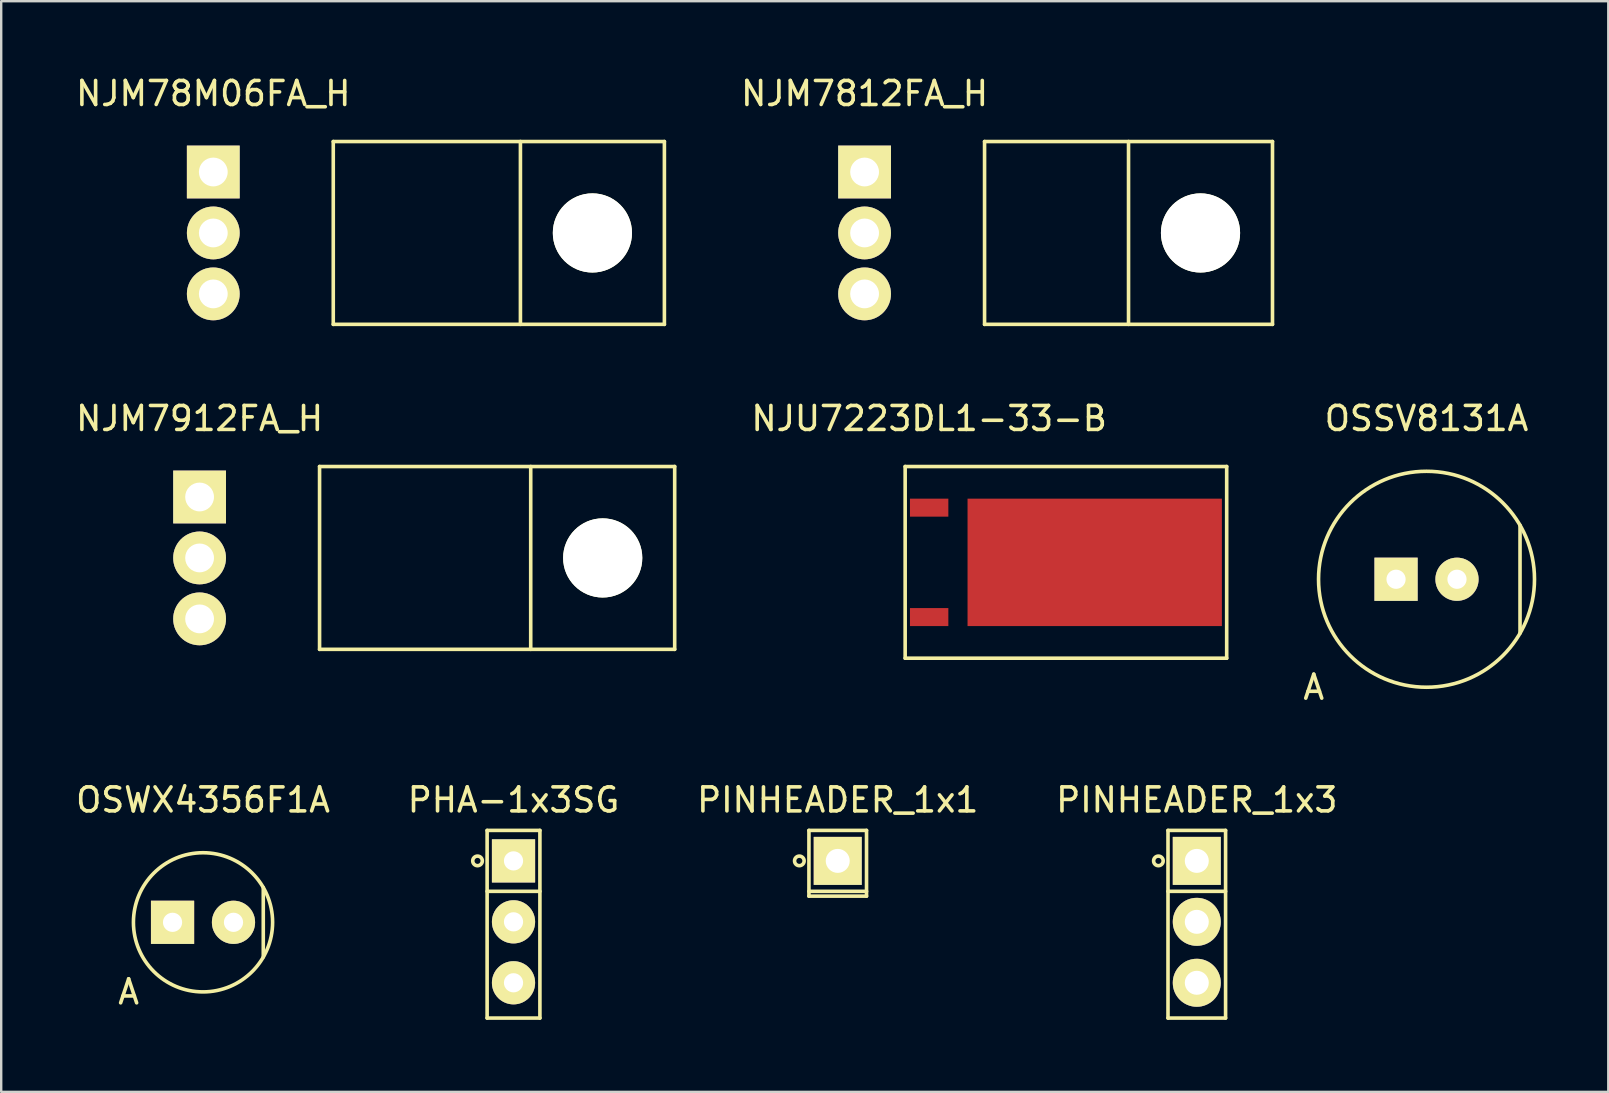
<source format=kicad_pcb>
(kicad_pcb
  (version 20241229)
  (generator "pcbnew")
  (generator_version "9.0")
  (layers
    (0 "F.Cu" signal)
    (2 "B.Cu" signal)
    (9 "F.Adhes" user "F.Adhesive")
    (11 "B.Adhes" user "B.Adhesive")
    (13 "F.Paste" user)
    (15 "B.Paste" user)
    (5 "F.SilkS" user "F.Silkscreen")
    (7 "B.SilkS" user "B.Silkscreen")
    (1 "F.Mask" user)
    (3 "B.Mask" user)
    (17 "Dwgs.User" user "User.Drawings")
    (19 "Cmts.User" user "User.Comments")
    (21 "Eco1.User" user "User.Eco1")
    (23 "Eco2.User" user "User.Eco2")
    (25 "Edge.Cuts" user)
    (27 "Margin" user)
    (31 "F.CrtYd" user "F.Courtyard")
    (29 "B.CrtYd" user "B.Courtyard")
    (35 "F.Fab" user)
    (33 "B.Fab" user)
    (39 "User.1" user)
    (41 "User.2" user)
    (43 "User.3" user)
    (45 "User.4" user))
  (footprint "NJM7912FA_H"
    (layer "F.Cu")
    (at 5.268 17.662)
    (property "Reference" "NJM7912FA_H" (at 0 -3.27 0) (layer "F.SilkS") (effects (font (size 1 1) (thickness 0.15))))
    (attr through_hole)
    (fp_line (start 5 -1.27) (end 5 6.35) (stroke (width 0.15) (type solid)) (layer "F.SilkS"))
    (fp_line (start 5 -1.27) (end 19.8 -1.27) (stroke (width 0.15) (type solid)) (layer "F.SilkS"))
    (fp_line (start 5 6.35) (end 19.8 6.35) (stroke (width 0.15) (type solid)) (layer "F.SilkS"))
    (fp_line (start 13.8 -1.27) (end 13.8 6.35) (stroke (width 0.15) (type solid)) (layer "F.SilkS"))
    (fp_line (start 19.8 -1.27) (end 19.8 6.35) (stroke (width 0.15) (type solid)) (layer "F.SilkS"))
    (pad "" np_thru_hole circle (at 16.8 2.54) (size 3.3 3.3) (drill 3.3) (layers "*.Cu" "*.Mask" "F.SilkS"))
    (pad "1" thru_hole rect (at 0 0) (size 2.2 2.2) (drill 1.2) (layers "*.Cu" "*.Mask" "F.SilkS"))
    (pad "2" thru_hole circle (at 0 2.54) (size 2.2 2.2) (drill 1.2) (layers "*.Cu" "*.Mask" "F.SilkS"))
    (pad "3" thru_hole circle (at 0 5.08) (size 2.2 2.2) (drill 1.2) (layers "*.Cu" "*.Mask" "F.SilkS")))
  (footprint "OSSV8131A"
    (layer "F.Cu")
    (at 55.131 21.091)
    (property "Reference" "OSSV8131A" (at 1.27 -6.7 0) (layer "F.SilkS") (effects (font (size 1 1) (thickness 0.15))))
    (attr through_hole)
    (fp_line (start 5.167 2.25) (end 5.167 -2.25) (stroke (width 0.15) (type solid)) (layer "F.SilkS"))
    (fp_circle (center 1.27 0) (end 1.27 -4.5) (stroke (width 0.15) (type solid)) (fill no) (layer "F.SilkS"))
    (fp_text user "A" (at -3.43 4.5 0) (layer "F.SilkS") (effects (font (size 1 1) (thickness 0.15))))
    (pad "1" thru_hole rect (at 0 0) (size 1.8 1.8) (drill 0.8) (layers "*.Cu" "*.Mask" "F.SilkS"))
    (pad "2" thru_hole circle (at 2.54 0) (size 1.8 1.8) (drill 0.8) (layers "*.Cu" "*.Mask" "F.SilkS")))
  (footprint "NJU7223DL1-33-B"
    (layer "F.Cu")
    (at 35.673 18.107)
    (property "Reference" "NJU7223DL1-33-B" (at 0 -3.715 0) (layer "F.SilkS") (effects (font (size 1 1) (thickness 0.15))))
    (attr through_hole)
    (fp_line (start -1 -1.715) (end -1 6.275) (stroke (width 0.15) (type solid)) (layer "F.SilkS"))
    (fp_line (start -1 -1.715) (end 12.4 -1.715) (stroke (width 0.15) (type solid)) (layer "F.SilkS"))
    (fp_line (start -1 6.275) (end 12.4 6.275) (stroke (width 0.15) (type solid)) (layer "F.SilkS"))
    (fp_line (start 12.4 6.275) (end 12.4 -1.715) (stroke (width 0.15) (type solid)) (layer "F.SilkS"))
    (pad "1" smd rect (at 0 0) (size 1.6 0.75) (layers "F.Cu" "F.Mask" "F.Paste"))
    (pad "3" smd rect (at 0 4.56) (size 1.6 0.75) (layers "F.Cu" "F.Mask" "F.Paste"))
    (pad "4" smd rect (at 6.9 2.28) (size 10.6 5.31) (layers "F.Cu" "F.Mask" "F.Paste")))
  (footprint "PINHEADER_1x1"
    (layer "F.Cu")
    (at 31.863 32.828)
    (property "Reference" "PINHEADER_1x1" (at 0 -2.54 0) (layer "F.SilkS") (effects (font (size 1 1) (thickness 0.15))))
    (attr through_hole)
    (fp_line (start -1.2 -1.27) (end 1.2 -1.27) (stroke (width 0.15) (type solid)) (layer "F.SilkS"))
    (fp_line (start -1.2 1.27) (end 1.2 1.27) (stroke (width 0.15) (type solid)) (layer "F.SilkS"))
    (fp_line (start -1.2 1.47) (end -1.2 -1.27) (stroke (width 0.15) (type solid)) (layer "F.SilkS"))
    (fp_line (start 1.2 -1.27) (end 1.2 1.47) (stroke (width 0.15) (type solid)) (layer "F.SilkS"))
    (fp_line (start 1.2 1.47) (end -1.2 1.47) (stroke (width 0.15) (type solid)) (layer "F.SilkS"))
    (fp_circle (center -1.6 0) (end -1.6 0.2) (stroke (width 0.15) (type solid)) (fill no) (layer "F.SilkS"))
    (pad "1" thru_hole rect (at 0 0) (size 2 2) (drill 1) (layers "*.Cu" "*.Mask" "F.SilkS")))
  (footprint "NJM78M06FA_H"
    (layer "F.Cu")
    (at 5.839 4.118)
    (property "Reference" "NJM78M06FA_H" (at 0 -3.27 0) (layer "F.SilkS") (effects (font (size 1 1) (thickness 0.15))))
    (attr through_hole)
    (fp_line (start 5 -1.27) (end 5 6.35) (stroke (width 0.15) (type solid)) (layer "F.SilkS"))
    (fp_line (start 5 -1.27) (end 18.8 -1.27) (stroke (width 0.15) (type solid)) (layer "F.SilkS"))
    (fp_line (start 5 6.35) (end 18.8 6.35) (stroke (width 0.15) (type solid)) (layer "F.SilkS"))
    (fp_line (start 12.8 -1.27) (end 12.8 6.35) (stroke (width 0.15) (type solid)) (layer "F.SilkS"))
    (fp_line (start 18.8 -1.27) (end 18.8 6.35) (stroke (width 0.15) (type solid)) (layer "F.SilkS"))
    (pad "" np_thru_hole circle (at 15.8 2.54) (size 3.3 3.3) (drill 3.3) (layers "*.Cu" "*.Mask" "F.SilkS"))
    (pad "1" thru_hole rect (at 0 0) (size 2.2 2.2) (drill 1.2) (layers "*.Cu" "*.Mask" "F.SilkS"))
    (pad "2" thru_hole circle (at 0 2.54) (size 2.2 2.2) (drill 1.2) (layers "*.Cu" "*.Mask" "F.SilkS"))
    (pad "3" thru_hole circle (at 0 5.08) (size 2.2 2.2) (drill 1.2) (layers "*.Cu" "*.Mask" "F.SilkS")))
  (footprint "PHA-1x3SG"
    (layer "F.Cu")
    (at 18.351 32.828)
    (property "Reference" "PHA-1x3SG" (at 0 -2.54 0) (layer "F.SilkS") (effects (font (size 1 1) (thickness 0.15))))
    (attr through_hole)
    (fp_line (start -1.1 -1.27) (end 1.1 -1.27) (stroke (width 0.15) (type solid)) (layer "F.SilkS"))
    (fp_line (start -1.1 1.27) (end 1.1 1.27) (stroke (width 0.15) (type solid)) (layer "F.SilkS"))
    (fp_line (start -1.1 6.55) (end -1.1 -1.27) (stroke (width 0.15) (type solid)) (layer "F.SilkS"))
    (fp_line (start 1.1 -1.27) (end 1.1 6.55) (stroke (width 0.15) (type solid)) (layer "F.SilkS"))
    (fp_line (start 1.1 6.55) (end -1.1 6.55) (stroke (width 0.15) (type solid)) (layer "F.SilkS"))
    (fp_circle (center -1.5 0) (end -1.5 0.2) (stroke (width 0.15) (type solid)) (fill no) (layer "F.SilkS"))
    (pad "1" thru_hole rect (at 0 0) (size 1.8 1.8) (drill 0.8) (layers "*.Cu" "*.Mask" "F.SilkS"))
    (pad "2" thru_hole circle (at 0 2.54) (size 1.8 1.8) (drill 0.8) (layers "*.Cu" "*.Mask" "F.SilkS"))
    (pad "3" thru_hole circle (at 0 5.08) (size 1.8 1.8) (drill 0.8) (layers "*.Cu" "*.Mask" "F.SilkS")))
  (footprint "OSWX4356F1A"
    (layer "F.Cu")
    (at 4.141 35.388)
    (property "Reference" "OSWX4356F1A" (at 1.27 -5.1 0) (layer "F.SilkS") (effects (font (size 1 1) (thickness 0.15))))
    (attr through_hole)
    (fp_line (start 3.781 1.45) (end 3.781 -1.45) (stroke (width 0.15) (type solid)) (layer "F.SilkS"))
    (fp_circle (center 1.27 0) (end 1.27 -2.9) (stroke (width 0.15) (type solid)) (fill no) (layer "F.SilkS"))
    (fp_text user "A" (at -1.83 2.9 0) (layer "F.SilkS") (effects (font (size 1 1) (thickness 0.15))))
    (pad "1" thru_hole rect (at 0 0) (size 1.8 1.8) (drill 0.8) (layers "*.Cu" "*.Mask" "F.SilkS"))
    (pad "2" thru_hole circle (at 2.54 0) (size 1.8 1.8) (drill 0.8) (layers "*.Cu" "*.Mask" "F.SilkS")))
  (footprint "PINHEADER_1x3"
    (layer "F.Cu")
    (at 46.827 32.828)
    (property "Reference" "PINHEADER_1x3" (at 0 -2.54 0) (layer "F.SilkS") (effects (font (size 1 1) (thickness 0.15))))
    (attr through_hole)
    (fp_line (start -1.2 -1.27) (end 1.2 -1.27) (stroke (width 0.15) (type solid)) (layer "F.SilkS"))
    (fp_line (start -1.2 1.27) (end 1.2 1.27) (stroke (width 0.15) (type solid)) (layer "F.SilkS"))
    (fp_line (start -1.2 6.55) (end -1.2 -1.27) (stroke (width 0.15) (type solid)) (layer "F.SilkS"))
    (fp_line (start 1.2 -1.27) (end 1.2 6.55) (stroke (width 0.15) (type solid)) (layer "F.SilkS"))
    (fp_line (start 1.2 6.55) (end -1.2 6.55) (stroke (width 0.15) (type solid)) (layer "F.SilkS"))
    (fp_circle (center -1.6 0) (end -1.6 0.2) (stroke (width 0.15) (type solid)) (fill no) (layer "F.SilkS"))
    (pad "1" thru_hole rect (at 0 0) (size 2 2) (drill 1) (layers "*.Cu" "*.Mask" "F.SilkS"))
    (pad "2" thru_hole circle (at 0 2.54) (size 2 2) (drill 1) (layers "*.Cu" "*.Mask" "F.SilkS"))
    (pad "3" thru_hole circle (at 0 5.08) (size 2 2) (drill 1) (layers "*.Cu" "*.Mask" "F.SilkS")))
  (footprint "NJM7812FA_H"
    (layer "F.Cu")
    (at 32.982 4.118)
    (property "Reference" "NJM7812FA_H" (at 0 -3.27 0) (layer "F.SilkS") (effects (font (size 1 1) (thickness 0.15))))
    (attr through_hole)
    (fp_line (start 5 -1.27) (end 5 6.35) (stroke (width 0.15) (type solid)) (layer "F.SilkS"))
    (fp_line (start 5 -1.27) (end 17 -1.27) (stroke (width 0.15) (type solid)) (layer "F.SilkS"))
    (fp_line (start 5 6.35) (end 17 6.35) (stroke (width 0.15) (type solid)) (layer "F.SilkS"))
    (fp_line (start 11 -1.27) (end 11 6.35) (stroke (width 0.15) (type solid)) (layer "F.SilkS"))
    (fp_line (start 17 -1.27) (end 17 6.35) (stroke (width 0.15) (type solid)) (layer "F.SilkS"))
    (pad "" np_thru_hole circle (at 14 2.54) (size 3.3 3.3) (drill 3.3) (layers "*.Cu" "*.Mask" "F.SilkS"))
    (pad "1" thru_hole rect (at 0 0) (size 2.2 2.2) (drill 1.2) (layers "*.Cu" "*.Mask" "F.SilkS"))
    (pad "2" thru_hole circle (at 0 2.54) (size 2.2 2.2) (drill 1.2) (layers "*.Cu" "*.Mask" "F.SilkS"))
    (pad "3" thru_hole circle (at 0 5.08) (size 2.2 2.2) (drill 1.2) (layers "*.Cu" "*.Mask" "F.SilkS")))
  (gr_rect
    (start -3 -3)
    (end 63.976 42.453)
    (stroke (width 0.1) (type default))
    (fill no)
    (layer "Edge.Cuts")))
</source>
